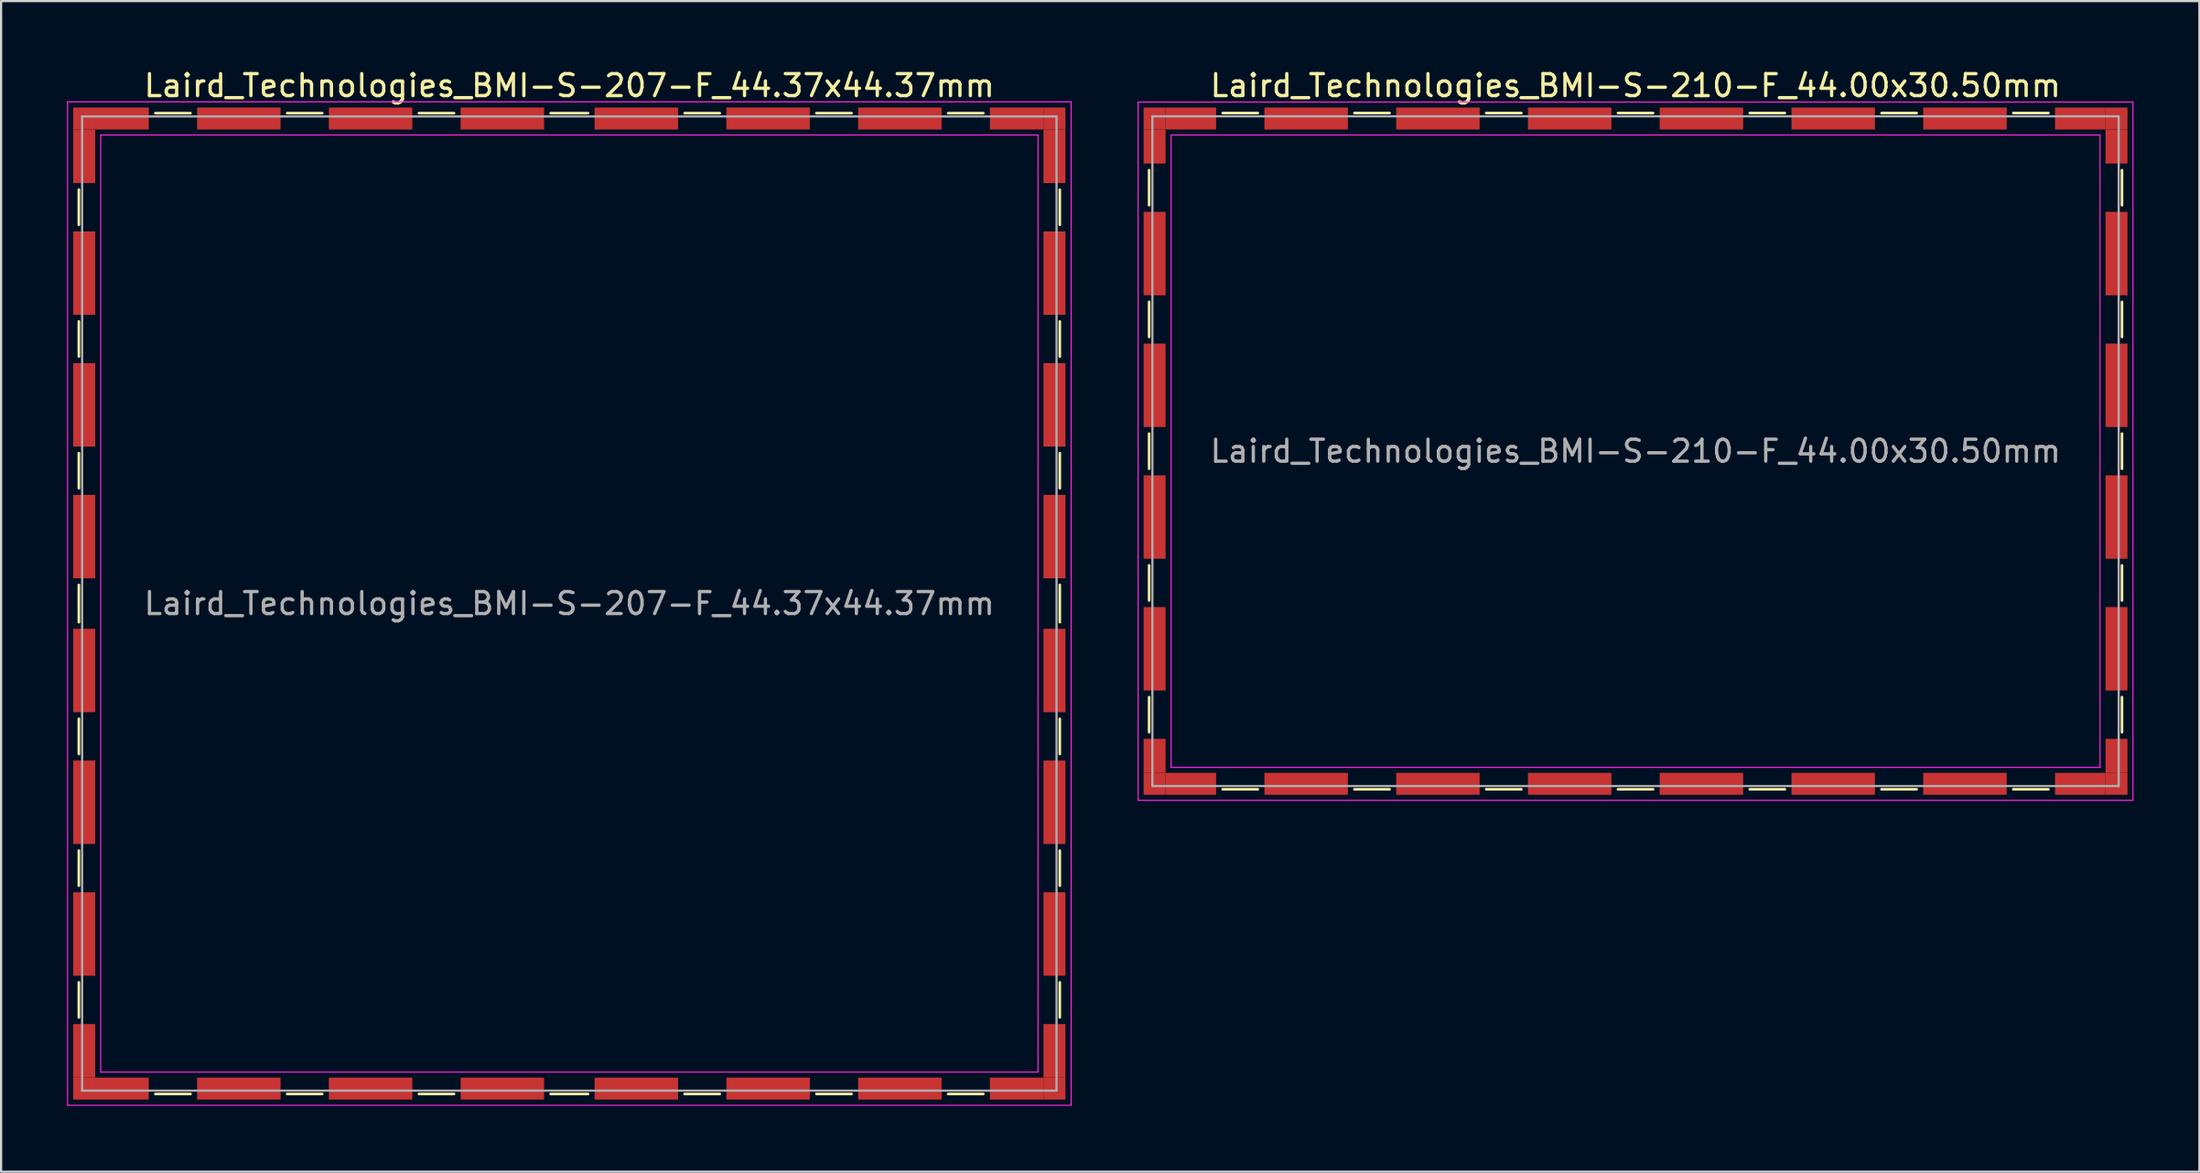
<source format=kicad_pcb>
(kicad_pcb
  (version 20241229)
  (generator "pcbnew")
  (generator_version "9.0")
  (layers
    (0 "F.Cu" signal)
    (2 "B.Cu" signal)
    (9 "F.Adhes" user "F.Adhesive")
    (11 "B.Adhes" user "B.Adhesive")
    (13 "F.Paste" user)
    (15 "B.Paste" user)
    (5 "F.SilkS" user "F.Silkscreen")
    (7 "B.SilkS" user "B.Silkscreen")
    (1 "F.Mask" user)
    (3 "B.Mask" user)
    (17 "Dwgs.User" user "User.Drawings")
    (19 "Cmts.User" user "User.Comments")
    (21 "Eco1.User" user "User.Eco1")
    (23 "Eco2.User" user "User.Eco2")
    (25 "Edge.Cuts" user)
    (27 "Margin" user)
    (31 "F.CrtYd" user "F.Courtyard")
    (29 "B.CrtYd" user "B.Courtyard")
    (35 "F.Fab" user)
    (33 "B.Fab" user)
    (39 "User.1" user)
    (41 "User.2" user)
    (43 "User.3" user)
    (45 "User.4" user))
  (footprint "Laird_Technologies_BMI-S-207-F_44.37x44.37mm"
    (layer "F.Cu")
    (at 22.875 24.438)
    (property "Reference" "Laird_Technologies_BMI-S-207-F_44.37x44.37mm" (at 0 -23.59 0) (layer "F.SilkS") (effects (font (size 1 1) (thickness 0.15))))
    (attr smd)
    (fp_line (start -22.335 -18.85) (end -22.335 -17.25) (stroke (width 0.12) (type solid)) (layer "F.SilkS"))
    (fp_line (start -22.335 -12.85) (end -22.335 -11.25) (stroke (width 0.12) (type solid)) (layer "F.SilkS"))
    (fp_line (start -22.335 -6.85) (end -22.335 -5.25) (stroke (width 0.12) (type solid)) (layer "F.SilkS"))
    (fp_line (start -22.335 -0.85) (end -22.335 0.85) (stroke (width 0.12) (type solid)) (layer "F.SilkS"))
    (fp_line (start -22.335 5.25) (end -22.335 6.85) (stroke (width 0.12) (type solid)) (layer "F.SilkS"))
    (fp_line (start -22.335 11.25) (end -22.335 12.85) (stroke (width 0.12) (type solid)) (layer "F.SilkS"))
    (fp_line (start -22.335 17.25) (end -22.335 18.85) (stroke (width 0.12) (type solid)) (layer "F.SilkS"))
    (fp_line (start -18.85 -22.335) (end -17.25 -22.335) (stroke (width 0.12) (type solid)) (layer "F.SilkS"))
    (fp_line (start -18.85 22.335) (end -17.25 22.335) (stroke (width 0.12) (type solid)) (layer "F.SilkS"))
    (fp_line (start -12.85 -22.335) (end -11.25 -22.335) (stroke (width 0.12) (type solid)) (layer "F.SilkS"))
    (fp_line (start -12.85 22.335) (end -11.25 22.335) (stroke (width 0.12) (type solid)) (layer "F.SilkS"))
    (fp_line (start -6.85 -22.335) (end -5.25 -22.335) (stroke (width 0.12) (type solid)) (layer "F.SilkS"))
    (fp_line (start -6.85 22.335) (end -5.25 22.335) (stroke (width 0.12) (type solid)) (layer "F.SilkS"))
    (fp_line (start -0.85 -22.335) (end 0.85 -22.335) (stroke (width 0.12) (type solid)) (layer "F.SilkS"))
    (fp_line (start -0.85 22.335) (end 0.85 22.335) (stroke (width 0.12) (type solid)) (layer "F.SilkS"))
    (fp_line (start 5.25 -22.335) (end 6.85 -22.335) (stroke (width 0.12) (type solid)) (layer "F.SilkS"))
    (fp_line (start 5.25 22.335) (end 6.85 22.335) (stroke (width 0.12) (type solid)) (layer "F.SilkS"))
    (fp_line (start 11.25 -22.335) (end 12.85 -22.335) (stroke (width 0.12) (type solid)) (layer "F.SilkS"))
    (fp_line (start 11.25 22.335) (end 12.85 22.335) (stroke (width 0.12) (type solid)) (layer "F.SilkS"))
    (fp_line (start 17.25 -22.335) (end 18.85 -22.335) (stroke (width 0.12) (type solid)) (layer "F.SilkS"))
    (fp_line (start 17.25 22.335) (end 18.85 22.335) (stroke (width 0.12) (type solid)) (layer "F.SilkS"))
    (fp_line (start 22.335 -18.85) (end 22.335 -17.25) (stroke (width 0.12) (type solid)) (layer "F.SilkS"))
    (fp_line (start 22.335 -12.85) (end 22.335 -11.25) (stroke (width 0.12) (type solid)) (layer "F.SilkS"))
    (fp_line (start 22.335 -6.85) (end 22.335 -5.25) (stroke (width 0.12) (type solid)) (layer "F.SilkS"))
    (fp_line (start 22.335 -0.85) (end 22.335 0.85) (stroke (width 0.12) (type solid)) (layer "F.SilkS"))
    (fp_line (start 22.335 5.25) (end 22.335 6.85) (stroke (width 0.12) (type solid)) (layer "F.SilkS"))
    (fp_line (start 22.335 11.25) (end 22.335 12.85) (stroke (width 0.12) (type solid)) (layer "F.SilkS"))
    (fp_line (start 22.335 17.25) (end 22.335 18.85) (stroke (width 0.12) (type solid)) (layer "F.SilkS"))
    (fp_line (start -22.85 -22.85) (end -22.85 22.85) (stroke (width 0.05) (type solid)) (layer "F.CrtYd"))
    (fp_line (start -22.85 22.85) (end 22.85 22.85) (stroke (width 0.05) (type solid)) (layer "F.CrtYd"))
    (fp_line (start -21.34 -21.34) (end -21.34 21.34) (stroke (width 0.05) (type solid)) (layer "F.CrtYd"))
    (fp_line (start 21.34 -21.34) (end -21.34 -21.34) (stroke (width 0.05) (type solid)) (layer "F.CrtYd"))
    (fp_line (start 21.34 -21.34) (end 21.34 21.34) (stroke (width 0.05) (type solid)) (layer "F.CrtYd"))
    (fp_line (start 21.34 21.34) (end -21.34 21.34) (stroke (width 0.05) (type solid)) (layer "F.CrtYd"))
    (fp_line (start 22.85 -22.85) (end -22.85 -22.85) (stroke (width 0.05) (type solid)) (layer "F.CrtYd"))
    (fp_line (start 22.85 22.85) (end 22.85 -22.85) (stroke (width 0.05) (type solid)) (layer "F.CrtYd"))
    (fp_line (start -22.185 -22.185) (end -22.185 22.185) (stroke (width 0.1) (type solid)) (layer "F.Fab"))
    (fp_line (start -22.185 22.185) (end 22.185 22.185) (stroke (width 0.1) (type solid)) (layer "F.Fab"))
    (fp_line (start 22.185 -22.185) (end -22.185 -22.185) (stroke (width 0.1) (type solid)) (layer "F.Fab"))
    (fp_line (start 22.185 22.185) (end 22.185 -22.185) (stroke (width 0.1) (type solid)) (layer "F.Fab"))
    (fp_text user "${REFERENCE}" (at 0 0 0) (layer "F.Fab") (effects (font (size 1 1) (thickness 0.15))))
    (pad "1" smd rect (at -22.09 -22.09) (size 1 1) (layers "F.Cu" "F.Mask" "F.Paste"))
    (pad "1" smd rect (at -22.09 -20.37) (size 1 2.44) (layers "F.Cu" "F.Mask" "F.Paste"))
    (pad "1" smd rect (at -22.09 -15.05) (size 1 3.8) (layers "F.Cu" "F.Mask" "F.Paste"))
    (pad "1" smd rect (at -22.09 -9.05) (size 1 3.8) (layers "F.Cu" "F.Mask" "F.Paste"))
    (pad "1" smd rect (at -22.09 -3.05) (size 1 3.8) (layers "F.Cu" "F.Mask" "F.Paste"))
    (pad "1" smd rect (at -22.09 3.05) (size 1 3.8) (layers "F.Cu" "F.Mask" "F.Paste"))
    (pad "1" smd rect (at -22.09 9.05) (size 1 3.8) (layers "F.Cu" "F.Mask" "F.Paste"))
    (pad "1" smd rect (at -22.09 15.05) (size 1 3.8) (layers "F.Cu" "F.Mask" "F.Paste"))
    (pad "1" smd rect (at -22.09 20.37) (size 1 2.44) (layers "F.Cu" "F.Mask" "F.Paste"))
    (pad "1" smd rect (at -22.09 22.09) (size 1 1) (layers "F.Cu" "F.Mask" "F.Paste"))
    (pad "1" smd rect (at -20.37 -22.09) (size 2.44 1) (layers "F.Cu" "F.Mask" "F.Paste"))
    (pad "1" smd rect (at -20.37 22.09) (size 2.44 1) (layers "F.Cu" "F.Mask" "F.Paste"))
    (pad "1" smd rect (at -15.05 -22.09) (size 3.8 1) (layers "F.Cu" "F.Mask" "F.Paste"))
    (pad "1" smd rect (at -15.05 22.09) (size 3.8 1) (layers "F.Cu" "F.Mask" "F.Paste"))
    (pad "1" smd rect (at -9.05 -22.09) (size 3.8 1) (layers "F.Cu" "F.Mask" "F.Paste"))
    (pad "1" smd rect (at -9.05 22.09) (size 3.8 1) (layers "F.Cu" "F.Mask" "F.Paste"))
    (pad "1" smd rect (at -3.05 -22.09) (size 3.8 1) (layers "F.Cu" "F.Mask" "F.Paste"))
    (pad "1" smd rect (at -3.05 22.09) (size 3.8 1) (layers "F.Cu" "F.Mask" "F.Paste"))
    (pad "1" smd rect (at 3.05 -22.09) (size 3.8 1) (layers "F.Cu" "F.Mask" "F.Paste"))
    (pad "1" smd rect (at 3.05 22.09) (size 3.8 1) (layers "F.Cu" "F.Mask" "F.Paste"))
    (pad "1" smd rect (at 9.05 -22.09) (size 3.8 1) (layers "F.Cu" "F.Mask" "F.Paste"))
    (pad "1" smd rect (at 9.05 22.09) (size 3.8 1) (layers "F.Cu" "F.Mask" "F.Paste"))
    (pad "1" smd rect (at 15.05 -22.09) (size 3.8 1) (layers "F.Cu" "F.Mask" "F.Paste"))
    (pad "1" smd rect (at 15.05 22.09) (size 3.8 1) (layers "F.Cu" "F.Mask" "F.Paste"))
    (pad "1" smd rect (at 20.37 -22.09) (size 2.44 1) (layers "F.Cu" "F.Mask" "F.Paste"))
    (pad "1" smd rect (at 20.37 22.09) (size 2.44 1) (layers "F.Cu" "F.Mask" "F.Paste"))
    (pad "1" smd rect (at 22.09 -22.09) (size 1 1) (layers "F.Cu" "F.Mask" "F.Paste"))
    (pad "1" smd rect (at 22.09 -20.37) (size 1 2.44) (layers "F.Cu" "F.Mask" "F.Paste"))
    (pad "1" smd rect (at 22.09 -15.05) (size 1 3.8) (layers "F.Cu" "F.Mask" "F.Paste"))
    (pad "1" smd rect (at 22.09 -9.05) (size 1 3.8) (layers "F.Cu" "F.Mask" "F.Paste"))
    (pad "1" smd rect (at 22.09 -3.05) (size 1 3.8) (layers "F.Cu" "F.Mask" "F.Paste"))
    (pad "1" smd rect (at 22.09 3.05) (size 1 3.8) (layers "F.Cu" "F.Mask" "F.Paste"))
    (pad "1" smd rect (at 22.09 9.05) (size 1 3.8) (layers "F.Cu" "F.Mask" "F.Paste"))
    (pad "1" smd rect (at 22.09 15.05) (size 1 3.8) (layers "F.Cu" "F.Mask" "F.Paste"))
    (pad "1" smd rect (at 22.09 20.37) (size 1 2.44) (layers "F.Cu" "F.Mask" "F.Paste"))
    (pad "1" smd rect (at 22.09 22.09) (size 1 1) (layers "F.Cu" "F.Mask" "F.Paste")))
  (footprint "Laird_Technologies_BMI-S-210-F_44.00x30.50mm"
    (layer "F.Cu")
    (at 71.425 17.498)
    (property "Reference" "Laird_Technologies_BMI-S-210-F_44.00x30.50mm" (at 0 -16.65 0) (layer "F.SilkS") (effects (font (size 1 1) (thickness 0.15))))
    (attr smd)
    (fp_line (start -22.15 -12.8) (end -22.15 -11.2) (stroke (width 0.12) (type solid)) (layer "F.SilkS"))
    (fp_line (start -22.15 -6.8) (end -22.15 -5.2) (stroke (width 0.12) (type solid)) (layer "F.SilkS"))
    (fp_line (start -22.15 -0.8) (end -22.15 0.8) (stroke (width 0.12) (type solid)) (layer "F.SilkS"))
    (fp_line (start -22.15 5.2) (end -22.15 6.8) (stroke (width 0.12) (type solid)) (layer "F.SilkS"))
    (fp_line (start -22.15 11.2) (end -22.15 12.8) (stroke (width 0.12) (type solid)) (layer "F.SilkS"))
    (fp_line (start -18.8 -15.4) (end -17.2 -15.4) (stroke (width 0.12) (type solid)) (layer "F.SilkS"))
    (fp_line (start -18.8 15.4) (end -17.2 15.4) (stroke (width 0.12) (type solid)) (layer "F.SilkS"))
    (fp_line (start -12.8 -15.4) (end -11.2 -15.4) (stroke (width 0.12) (type solid)) (layer "F.SilkS"))
    (fp_line (start -12.8 15.4) (end -11.2 15.4) (stroke (width 0.12) (type solid)) (layer "F.SilkS"))
    (fp_line (start -6.8 -15.4) (end -5.2 -15.4) (stroke (width 0.12) (type solid)) (layer "F.SilkS"))
    (fp_line (start -6.8 15.4) (end -5.2 15.4) (stroke (width 0.12) (type solid)) (layer "F.SilkS"))
    (fp_line (start -0.8 -15.4) (end 0.8 -15.4) (stroke (width 0.12) (type solid)) (layer "F.SilkS"))
    (fp_line (start -0.8 15.4) (end 0.8 15.4) (stroke (width 0.12) (type solid)) (layer "F.SilkS"))
    (fp_line (start 5.2 -15.4) (end 6.8 -15.4) (stroke (width 0.12) (type solid)) (layer "F.SilkS"))
    (fp_line (start 5.2 15.4) (end 6.8 15.4) (stroke (width 0.12) (type solid)) (layer "F.SilkS"))
    (fp_line (start 11.2 -15.4) (end 12.8 -15.4) (stroke (width 0.12) (type solid)) (layer "F.SilkS"))
    (fp_line (start 11.2 15.4) (end 12.8 15.4) (stroke (width 0.12) (type solid)) (layer "F.SilkS"))
    (fp_line (start 17.2 -15.4) (end 18.8 -15.4) (stroke (width 0.12) (type solid)) (layer "F.SilkS"))
    (fp_line (start 17.2 15.4) (end 18.8 15.4) (stroke (width 0.12) (type solid)) (layer "F.SilkS"))
    (fp_line (start 22.15 -12.8) (end 22.15 -11.2) (stroke (width 0.12) (type solid)) (layer "F.SilkS"))
    (fp_line (start 22.15 -6.8) (end 22.15 -5.2) (stroke (width 0.12) (type solid)) (layer "F.SilkS"))
    (fp_line (start 22.15 -0.8) (end 22.15 0.8) (stroke (width 0.12) (type solid)) (layer "F.SilkS"))
    (fp_line (start 22.15 5.2) (end 22.15 6.8) (stroke (width 0.12) (type solid)) (layer "F.SilkS"))
    (fp_line (start 22.15 11.2) (end 22.15 12.8) (stroke (width 0.12) (type solid)) (layer "F.SilkS"))
    (fp_line (start -22.65 -15.9) (end -22.65 15.9) (stroke (width 0.05) (type solid)) (layer "F.CrtYd"))
    (fp_line (start -22.65 15.9) (end 22.65 15.9) (stroke (width 0.05) (type solid)) (layer "F.CrtYd"))
    (fp_line (start -21.15 -14.4) (end -21.15 14.4) (stroke (width 0.05) (type solid)) (layer "F.CrtYd"))
    (fp_line (start 21.15 -14.4) (end -21.15 -14.4) (stroke (width 0.05) (type solid)) (layer "F.CrtYd"))
    (fp_line (start 21.15 -14.4) (end 21.15 14.4) (stroke (width 0.05) (type solid)) (layer "F.CrtYd"))
    (fp_line (start 21.15 14.4) (end -21.15 14.4) (stroke (width 0.05) (type solid)) (layer "F.CrtYd"))
    (fp_line (start 22.65 -15.9) (end -22.65 -15.9) (stroke (width 0.05) (type solid)) (layer "F.CrtYd"))
    (fp_line (start 22.65 15.9) (end 22.65 -15.9) (stroke (width 0.05) (type solid)) (layer "F.CrtYd"))
    (fp_line (start -22 -15.25) (end -22 15.25) (stroke (width 0.1) (type solid)) (layer "F.Fab"))
    (fp_line (start -22 15.25) (end 22 15.25) (stroke (width 0.1) (type solid)) (layer "F.Fab"))
    (fp_line (start 22 -15.25) (end -22 -15.25) (stroke (width 0.1) (type solid)) (layer "F.Fab"))
    (fp_line (start 22 15.25) (end 22 -15.25) (stroke (width 0.1) (type solid)) (layer "F.Fab"))
    (fp_text user "${REFERENCE}" (at 0 0 0) (layer "F.Fab") (effects (font (size 1 1) (thickness 0.15))))
    (pad "1" smd rect (at -21.9 -15.15) (size 1 1) (layers "F.Cu" "F.Mask" "F.Paste"))
    (pad "1" smd rect (at -21.9 -13.875) (size 1 1.55) (layers "F.Cu" "F.Mask" "F.Paste"))
    (pad "1" smd rect (at -21.9 -9) (size 1 3.8) (layers "F.Cu" "F.Mask" "F.Paste"))
    (pad "1" smd rect (at -21.9 -3) (size 1 3.8) (layers "F.Cu" "F.Mask" "F.Paste"))
    (pad "1" smd rect (at -21.9 3) (size 1 3.8) (layers "F.Cu" "F.Mask" "F.Paste"))
    (pad "1" smd rect (at -21.9 9) (size 1 3.8) (layers "F.Cu" "F.Mask" "F.Paste"))
    (pad "1" smd rect (at -21.9 13.875) (size 1 1.55) (layers "F.Cu" "F.Mask" "F.Paste"))
    (pad "1" smd rect (at -21.9 15.15) (size 1 1) (layers "F.Cu" "F.Mask" "F.Paste"))
    (pad "1" smd rect (at -20.25 -15.15) (size 2.3 1) (layers "F.Cu" "F.Mask" "F.Paste"))
    (pad "1" smd rect (at -20.25 15.15) (size 2.3 1) (layers "F.Cu" "F.Mask" "F.Paste"))
    (pad "1" smd rect (at -15 -15.15) (size 3.8 1) (layers "F.Cu" "F.Mask" "F.Paste"))
    (pad "1" smd rect (at -15 15.15) (size 3.8 1) (layers "F.Cu" "F.Mask" "F.Paste"))
    (pad "1" smd rect (at -9 -15.15) (size 3.8 1) (layers "F.Cu" "F.Mask" "F.Paste"))
    (pad "1" smd rect (at -9 15.15) (size 3.8 1) (layers "F.Cu" "F.Mask" "F.Paste"))
    (pad "1" smd rect (at -3 -15.15) (size 3.8 1) (layers "F.Cu" "F.Mask" "F.Paste"))
    (pad "1" smd rect (at -3 15.15) (size 3.8 1) (layers "F.Cu" "F.Mask" "F.Paste"))
    (pad "1" smd rect (at 3 -15.15) (size 3.8 1) (layers "F.Cu" "F.Mask" "F.Paste"))
    (pad "1" smd rect (at 3 15.15) (size 3.8 1) (layers "F.Cu" "F.Mask" "F.Paste"))
    (pad "1" smd rect (at 9 -15.15) (size 3.8 1) (layers "F.Cu" "F.Mask" "F.Paste"))
    (pad "1" smd rect (at 9 15.15) (size 3.8 1) (layers "F.Cu" "F.Mask" "F.Paste"))
    (pad "1" smd rect (at 15 -15.15) (size 3.8 1) (layers "F.Cu" "F.Mask" "F.Paste"))
    (pad "1" smd rect (at 15 15.15) (size 3.8 1) (layers "F.Cu" "F.Mask" "F.Paste"))
    (pad "1" smd rect (at 20.25 -15.15) (size 2.3 1) (layers "F.Cu" "F.Mask" "F.Paste"))
    (pad "1" smd rect (at 20.25 15.15) (size 2.3 1) (layers "F.Cu" "F.Mask" "F.Paste"))
    (pad "1" smd rect (at 21.9 -15.15) (size 1 1) (layers "F.Cu" "F.Mask" "F.Paste"))
    (pad "1" smd rect (at 21.9 -13.875) (size 1 1.55) (layers "F.Cu" "F.Mask" "F.Paste"))
    (pad "1" smd rect (at 21.9 -9) (size 1 3.8) (layers "F.Cu" "F.Mask" "F.Paste"))
    (pad "1" smd rect (at 21.9 -3) (size 1 3.8) (layers "F.Cu" "F.Mask" "F.Paste"))
    (pad "1" smd rect (at 21.9 3) (size 1 3.8) (layers "F.Cu" "F.Mask" "F.Paste"))
    (pad "1" smd rect (at 21.9 9) (size 1 3.8) (layers "F.Cu" "F.Mask" "F.Paste"))
    (pad "1" smd rect (at 21.9 13.875) (size 1 1.55) (layers "F.Cu" "F.Mask" "F.Paste"))
    (pad "1" smd rect (at 21.9 15.15) (size 1 1) (layers "F.Cu" "F.Mask" "F.Paste")))
  (gr_rect
    (start -3 -3)
    (end 97.1 50.313)
    (stroke (width 0.1) (type default))
    (fill no)
    (layer "Edge.Cuts")))
</source>
